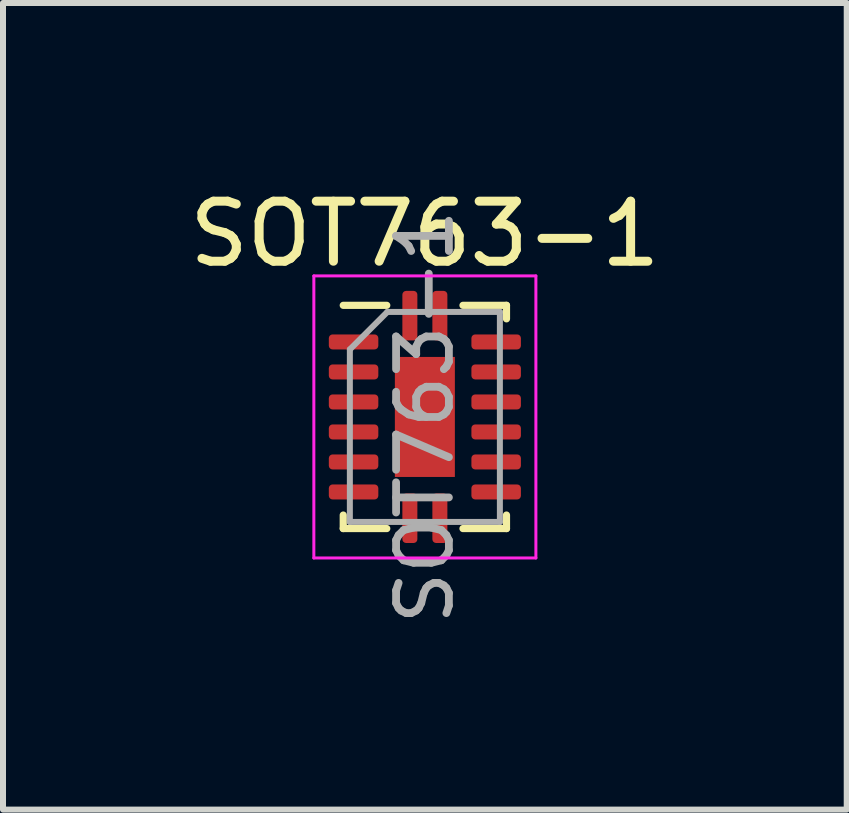
<source format=kicad_pcb>
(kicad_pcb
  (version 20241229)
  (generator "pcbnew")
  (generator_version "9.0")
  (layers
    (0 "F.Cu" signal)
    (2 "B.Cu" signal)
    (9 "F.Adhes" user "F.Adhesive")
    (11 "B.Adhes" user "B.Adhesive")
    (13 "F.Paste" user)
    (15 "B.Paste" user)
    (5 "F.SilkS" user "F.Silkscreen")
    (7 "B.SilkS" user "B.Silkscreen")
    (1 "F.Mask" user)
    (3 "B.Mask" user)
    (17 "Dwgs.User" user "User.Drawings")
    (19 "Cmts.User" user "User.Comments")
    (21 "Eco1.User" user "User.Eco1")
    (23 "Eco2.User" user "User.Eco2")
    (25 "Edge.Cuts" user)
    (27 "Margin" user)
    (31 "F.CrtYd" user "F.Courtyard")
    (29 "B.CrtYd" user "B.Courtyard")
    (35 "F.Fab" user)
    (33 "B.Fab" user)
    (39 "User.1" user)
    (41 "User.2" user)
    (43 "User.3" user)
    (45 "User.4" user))
  (footprint "SOT763-1"
    (layer "F.Cu")
    (at 4.03 3.898)
    (property "Reference" "SOT763-1" (at 0 -3.05 0) (layer "F.SilkS") (effects (font (size 1 1) (thickness 0.15))))
    (attr smd)
    (fp_line (start -1.36 1.86) (end -1.36 1.635) (stroke (width 0.12) (type solid)) (layer "F.SilkS"))
    (fp_line (start -0.635 -1.86) (end -1.36 -1.86) (stroke (width 0.12) (type solid)) (layer "F.SilkS"))
    (fp_line (start -0.635 1.86) (end -1.36 1.86) (stroke (width 0.12) (type solid)) (layer "F.SilkS"))
    (fp_line (start 0.635 -1.86) (end 1.36 -1.86) (stroke (width 0.12) (type solid)) (layer "F.SilkS"))
    (fp_line (start 0.635 1.86) (end 1.36 1.86) (stroke (width 0.12) (type solid)) (layer "F.SilkS"))
    (fp_line (start 1.36 -1.86) (end 1.36 -1.635) (stroke (width 0.12) (type solid)) (layer "F.SilkS"))
    (fp_line (start 1.36 1.86) (end 1.36 1.635) (stroke (width 0.12) (type solid)) (layer "F.SilkS"))
    (fp_line (start -1.85 -2.35) (end -1.85 2.35) (stroke (width 0.05) (type solid)) (layer "F.CrtYd"))
    (fp_line (start -1.85 2.35) (end 1.85 2.35) (stroke (width 0.05) (type solid)) (layer "F.CrtYd"))
    (fp_line (start 1.85 -2.35) (end -1.85 -2.35) (stroke (width 0.05) (type solid)) (layer "F.CrtYd"))
    (fp_line (start 1.85 2.35) (end 1.85 -2.35) (stroke (width 0.05) (type solid)) (layer "F.CrtYd"))
    (fp_line (start -1.25 -1.125) (end -0.625 -1.75) (stroke (width 0.1) (type solid)) (layer "F.Fab"))
    (fp_line (start -1.25 1.75) (end -1.25 -1.125) (stroke (width 0.1) (type solid)) (layer "F.Fab"))
    (fp_line (start -0.625 -1.75) (end 1.25 -1.75) (stroke (width 0.1) (type solid)) (layer "F.Fab"))
    (fp_line (start 1.25 -1.75) (end 1.25 1.75) (stroke (width 0.1) (type solid)) (layer "F.Fab"))
    (fp_line (start 1.25 1.75) (end -1.25 1.75) (stroke (width 0.1) (type solid)) (layer "F.Fab"))
    (fp_text user "${REFERENCE}" (at 0 0 90) (layer "F.Fab") (effects (font (size 0.88 0.88) (thickness 0.13))))
    (pad "" smd roundrect (at 0 -0.5) (size 0.81 0.81) (layers "F.Paste") (roundrect_rratio 0.25))
    (pad "" smd roundrect (at 0 0.5) (size 0.81 0.81) (layers "F.Paste") (roundrect_rratio 0.25))
    (pad "1" smd roundrect (at -0.25 -1.688) (size 0.25 0.825) (layers "F.Cu" "F.Mask" "F.Paste") (roundrect_rratio 0.25))
    (pad "2" smd roundrect (at -1.188 -1.25) (size 0.825 0.25) (layers "F.Cu" "F.Mask" "F.Paste") (roundrect_rratio 0.25))
    (pad "3" smd roundrect (at -1.188 -0.75) (size 0.825 0.25) (layers "F.Cu" "F.Mask" "F.Paste") (roundrect_rratio 0.25))
    (pad "4" smd roundrect (at -1.188 -0.25) (size 0.825 0.25) (layers "F.Cu" "F.Mask" "F.Paste") (roundrect_rratio 0.25))
    (pad "5" smd roundrect (at -1.188 0.25) (size 0.825 0.25) (layers "F.Cu" "F.Mask" "F.Paste") (roundrect_rratio 0.25))
    (pad "6" smd roundrect (at -1.188 0.75) (size 0.825 0.25) (layers "F.Cu" "F.Mask" "F.Paste") (roundrect_rratio 0.25))
    (pad "7" smd roundrect (at -1.188 1.25) (size 0.825 0.25) (layers "F.Cu" "F.Mask" "F.Paste") (roundrect_rratio 0.25))
    (pad "8" smd roundrect (at -0.25 1.688) (size 0.25 0.825) (layers "F.Cu" "F.Mask" "F.Paste") (roundrect_rratio 0.25))
    (pad "9" smd roundrect (at 0.25 1.688) (size 0.25 0.825) (layers "F.Cu" "F.Mask" "F.Paste") (roundrect_rratio 0.25))
    (pad "10" smd roundrect (at 1.188 1.25) (size 0.825 0.25) (layers "F.Cu" "F.Mask" "F.Paste") (roundrect_rratio 0.25))
    (pad "11" smd roundrect (at 1.188 0.75) (size 0.825 0.25) (layers "F.Cu" "F.Mask" "F.Paste") (roundrect_rratio 0.25))
    (pad "12" smd roundrect (at 1.188 0.25) (size 0.825 0.25) (layers "F.Cu" "F.Mask" "F.Paste") (roundrect_rratio 0.25))
    (pad "13" smd roundrect (at 1.188 -0.25) (size 0.825 0.25) (layers "F.Cu" "F.Mask" "F.Paste") (roundrect_rratio 0.25))
    (pad "14" smd roundrect (at 1.188 -0.75) (size 0.825 0.25) (layers "F.Cu" "F.Mask" "F.Paste") (roundrect_rratio 0.25))
    (pad "15" smd roundrect (at 1.188 -1.25) (size 0.825 0.25) (layers "F.Cu" "F.Mask" "F.Paste") (roundrect_rratio 0.25))
    (pad "16" smd roundrect (at 0.25 -1.688) (size 0.25 0.825) (layers "F.Cu" "F.Mask" "F.Paste") (roundrect_rratio 0.25))
    (pad "17" smd rect (at 0 0) (size 1 2) (layers "F.Cu" "F.Mask")))
  (gr_rect
    (start -3 -3)
    (end 11.06 10.441)
    (stroke (width 0.1) (type default))
    (fill no)
    (layer "Edge.Cuts")))
</source>
